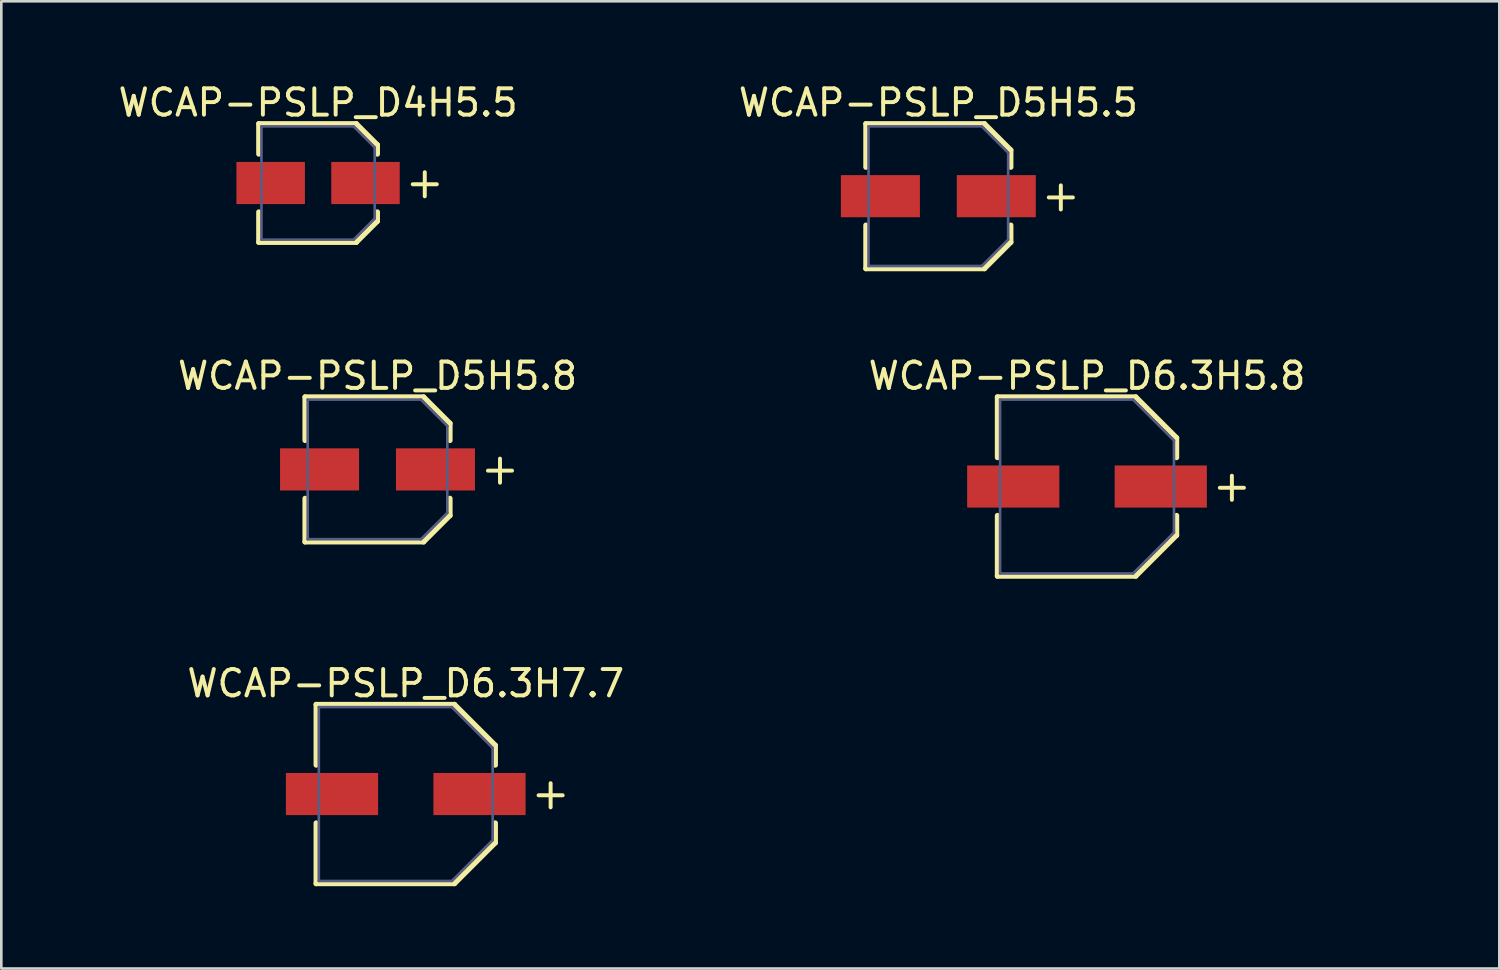
<source format=kicad_pcb>
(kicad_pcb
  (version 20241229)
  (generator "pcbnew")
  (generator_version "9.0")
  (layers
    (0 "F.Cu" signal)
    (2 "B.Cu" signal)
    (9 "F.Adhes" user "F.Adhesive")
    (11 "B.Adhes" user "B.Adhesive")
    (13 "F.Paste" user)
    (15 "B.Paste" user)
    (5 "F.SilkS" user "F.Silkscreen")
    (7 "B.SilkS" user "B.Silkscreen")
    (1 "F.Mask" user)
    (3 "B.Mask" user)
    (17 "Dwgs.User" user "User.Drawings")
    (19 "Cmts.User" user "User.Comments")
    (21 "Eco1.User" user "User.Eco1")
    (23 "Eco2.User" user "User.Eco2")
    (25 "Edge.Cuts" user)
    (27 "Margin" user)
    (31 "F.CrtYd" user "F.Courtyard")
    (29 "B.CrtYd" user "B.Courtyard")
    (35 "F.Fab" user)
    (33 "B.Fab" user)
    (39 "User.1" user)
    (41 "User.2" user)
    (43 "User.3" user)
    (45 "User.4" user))
  (footprint "WCAP-PSLP_D6.3H5.8"
    (layer "F.Cu")
    (at 38.218 15.421)
    (property "Reference" "WCAP-PSLP_D6.3H5.8" (at 0 -4.2 0) (layer "F.SilkS") (effects (font (size 1 1) (thickness 0.15))))
    (fp_line (start -3.4 -3.4) (end 1.85 -3.4) (stroke (width 0.2) (type solid)) (layer "F.SilkS"))
    (fp_line (start -3.4 -1.1) (end -3.4 -3.4) (stroke (width 0.2) (type solid)) (layer "F.SilkS"))
    (fp_line (start -3.4 3.4) (end -3.4 1.1) (stroke (width 0.2) (type solid)) (layer "F.SilkS"))
    (fp_line (start -3.4 3.4) (end 1.85 3.4) (stroke (width 0.2) (type solid)) (layer "F.SilkS"))
    (fp_line (start 1.85 -3.4) (end 3.4 -1.85) (stroke (width 0.2) (type solid)) (layer "F.SilkS"))
    (fp_line (start 1.85 3.4) (end 3.4 1.85) (stroke (width 0.2) (type solid)) (layer "F.SilkS"))
    (fp_line (start 3.4 -1.1) (end 3.4 -1.85) (stroke (width 0.2) (type solid)) (layer "F.SilkS"))
    (fp_line (start 3.4 1.85) (end 3.4 1.1) (stroke (width 0.2) (type solid)) (layer "F.SilkS"))
    (fp_line (start -4.75 -3.6) (end 4.75 -3.6) (stroke (width 0.05) (type solid)) (layer "Eco2.User"))
    (fp_line (start -4.75 3.6) (end -4.75 -3.6) (stroke (width 0.05) (type solid)) (layer "Eco2.User"))
    (fp_line (start -4.75 3.6) (end 4.75 3.6) (stroke (width 0.05) (type solid)) (layer "Eco2.User"))
    (fp_line (start -3.3 -3.3) (end 1.75 -3.3) (stroke (width 0.1) (type solid)) (layer "Eco2.User"))
    (fp_line (start -3.3 3.3) (end -3.3 -3.3) (stroke (width 0.1) (type solid)) (layer "Eco2.User"))
    (fp_line (start -3.3 3.3) (end 1.75 3.3) (stroke (width 0.1) (type solid)) (layer "Eco2.User"))
    (fp_line (start -0.5 0) (end 0.5 0) (stroke (width 0.05) (type solid)) (layer "Eco2.User"))
    (fp_line (start 0 0.5) (end 0 -0.5) (stroke (width 0.05) (type solid)) (layer "Eco2.User"))
    (fp_line (start 1.75 -3.3) (end 3.3 -1.75) (stroke (width 0.1) (type solid)) (layer "Eco2.User"))
    (fp_line (start 1.75 3.3) (end 3.3 1.75) (stroke (width 0.1) (type solid)) (layer "Eco2.User"))
    (fp_line (start 3.3 1.75) (end 3.3 -1.75) (stroke (width 0.1) (type solid)) (layer "Eco2.User"))
    (fp_line (start 4.75 3.6) (end 4.75 -3.6) (stroke (width 0.05) (type solid)) (layer "Eco2.User"))
    (fp_line (start -3.3 -3.3) (end 1.75 -3.3) (stroke (width 0.1) (type solid)) (layer "B.Fab"))
    (fp_line (start -3.3 3.3) (end -3.3 -3.3) (stroke (width 0.1) (type solid)) (layer "B.Fab"))
    (fp_line (start -3.3 3.3) (end 1.75 3.3) (stroke (width 0.1) (type solid)) (layer "B.Fab"))
    (fp_line (start 1.75 -3.3) (end 3.3 -1.75) (stroke (width 0.1) (type solid)) (layer "B.Fab"))
    (fp_line (start 1.75 3.3) (end 3.3 1.75) (stroke (width 0.1) (type solid)) (layer "B.Fab"))
    (fp_line (start 3.3 1.75) (end 3.3 -1.75) (stroke (width 0.1) (type solid)) (layer "B.Fab"))
    (fp_text user "+" (at 5.5 -0.043 0) (unlocked yes) (layer "F.SilkS") (effects (font (size 1.2 1.2) (thickness 0.15))))
    (fp_text user "${REFERENCE}" (at 0.15 -0.197 0) (unlocked yes) (layer "User.3") (effects (font (size 1.5 1.5) (thickness 0.15))))
    (pad "1" smd rect (at 2.8 0) (size 3.5 1.6) (layers "F.Cu" "F.Mask" "F.Paste"))
    (pad "2" smd rect (at -2.8 0) (size 3.5 1.6) (layers "F.Cu" "F.Mask" "F.Paste")))
  (footprint "WCAP-PSLP_D4H5.5"
    (layer "F.Cu")
    (at 9.026 3.898)
    (property "Reference" "WCAP-PSLP_D4H5.5" (at 0 -3.05 0) (layer "F.SilkS") (effects (font (size 1 1) (thickness 0.15))))
    (fp_line (start -2.25 -2.25) (end 1.45 -2.25) (stroke (width 0.2) (type solid)) (layer "F.SilkS"))
    (fp_line (start -2.25 -1.1) (end -2.25 -2.25) (stroke (width 0.2) (type solid)) (layer "F.SilkS"))
    (fp_line (start -2.25 2.25) (end -2.25 1.1) (stroke (width 0.2) (type solid)) (layer "F.SilkS"))
    (fp_line (start -2.25 2.25) (end 1.45 2.25) (stroke (width 0.2) (type solid)) (layer "F.SilkS"))
    (fp_line (start 1.45 -2.25) (end 2.25 -1.45) (stroke (width 0.2) (type solid)) (layer "F.SilkS"))
    (fp_line (start 1.45 2.25) (end 2.25 1.45) (stroke (width 0.2) (type solid)) (layer "F.SilkS"))
    (fp_line (start 2.25 -1.1) (end 2.25 -1.45) (stroke (width 0.2) (type solid)) (layer "F.SilkS"))
    (fp_line (start 2.25 1.45) (end 2.25 1.1) (stroke (width 0.2) (type solid)) (layer "F.SilkS"))
    (fp_line (start -3.3 -2.45) (end 3.3 -2.45) (stroke (width 0.05) (type solid)) (layer "Eco2.User"))
    (fp_line (start -3.3 2.45) (end -3.3 -2.45) (stroke (width 0.05) (type solid)) (layer "Eco2.User"))
    (fp_line (start -3.3 2.45) (end 3.3 2.45) (stroke (width 0.05) (type solid)) (layer "Eco2.User"))
    (fp_line (start -2.15 -2.15) (end 1.35 -2.15) (stroke (width 0.1) (type solid)) (layer "Eco2.User"))
    (fp_line (start -2.15 2.15) (end -2.15 -2.15) (stroke (width 0.1) (type solid)) (layer "Eco2.User"))
    (fp_line (start -2.15 2.15) (end 1.35 2.15) (stroke (width 0.1) (type solid)) (layer "Eco2.User"))
    (fp_line (start -0.5 0) (end 0.5 0) (stroke (width 0.05) (type solid)) (layer "Eco2.User"))
    (fp_line (start 0 0.5) (end 0 -0.5) (stroke (width 0.05) (type solid)) (layer "Eco2.User"))
    (fp_line (start 1.35 -2.15) (end 2.15 -1.35) (stroke (width 0.1) (type solid)) (layer "Eco2.User"))
    (fp_line (start 1.35 2.15) (end 2.15 1.35) (stroke (width 0.1) (type solid)) (layer "Eco2.User"))
    (fp_line (start 2.15 1.35) (end 2.15 -1.35) (stroke (width 0.1) (type solid)) (layer "Eco2.User"))
    (fp_line (start 3.3 2.45) (end 3.3 -2.45) (stroke (width 0.05) (type solid)) (layer "Eco2.User"))
    (fp_line (start -2.15 -2.15) (end 1.35 -2.15) (stroke (width 0.1) (type solid)) (layer "B.Fab"))
    (fp_line (start -2.15 2.15) (end -2.15 -2.15) (stroke (width 0.1) (type solid)) (layer "B.Fab"))
    (fp_line (start -2.15 2.15) (end 1.35 2.15) (stroke (width 0.1) (type solid)) (layer "B.Fab"))
    (fp_line (start 1.35 -2.15) (end 2.15 -1.35) (stroke (width 0.1) (type solid)) (layer "B.Fab"))
    (fp_line (start 1.35 2.15) (end 2.15 1.35) (stroke (width 0.1) (type solid)) (layer "B.Fab"))
    (fp_line (start 2.15 1.35) (end 2.15 -1.35) (stroke (width 0.1) (type solid)) (layer "B.Fab"))
    (fp_text user "+" (at 4.05 -0.043 0) (unlocked yes) (layer "F.SilkS") (effects (font (size 1.2 1.2) (thickness 0.15))))
    (fp_text user "${REFERENCE}" (at 0.12 -0.158 0) (unlocked yes) (layer "User.3") (effects (font (size 1.2 1.2) (thickness 0.12))))
    (pad "1" smd rect (at 1.8 0) (size 2.6 1.6) (layers "F.Cu" "F.Mask" "F.Paste"))
    (pad "2" smd rect (at -1.8 0) (size 2.6 1.6) (layers "F.Cu" "F.Mask" "F.Paste")))
  (footprint "WCAP-PSLP_D5H5.8"
    (layer "F.Cu")
    (at 11.282 14.771)
    (property "Reference" "WCAP-PSLP_D5H5.8" (at 0 -3.55 0) (layer "F.SilkS") (effects (font (size 1 1) (thickness 0.15))))
    (fp_line (start -2.75 -2.75) (end 1.75 -2.75) (stroke (width 0.2) (type solid)) (layer "F.SilkS"))
    (fp_line (start -2.75 -1.1) (end -2.75 -2.75) (stroke (width 0.2) (type solid)) (layer "F.SilkS"))
    (fp_line (start -2.75 2.75) (end -2.75 1.1) (stroke (width 0.2) (type solid)) (layer "F.SilkS"))
    (fp_line (start -2.75 2.75) (end 1.75 2.75) (stroke (width 0.2) (type solid)) (layer "F.SilkS"))
    (fp_line (start 1.75 -2.75) (end 2.75 -1.75) (stroke (width 0.2) (type solid)) (layer "F.SilkS"))
    (fp_line (start 1.75 2.75) (end 2.75 1.75) (stroke (width 0.2) (type solid)) (layer "F.SilkS"))
    (fp_line (start 2.75 -1.1) (end 2.75 -1.75) (stroke (width 0.2) (type solid)) (layer "F.SilkS"))
    (fp_line (start 2.75 1.75) (end 2.75 1.1) (stroke (width 0.2) (type solid)) (layer "F.SilkS"))
    (fp_line (start -3.9 -2.95) (end 3.9 -2.95) (stroke (width 0.05) (type solid)) (layer "Eco2.User"))
    (fp_line (start -3.9 2.95) (end -3.9 -2.95) (stroke (width 0.05) (type solid)) (layer "Eco2.User"))
    (fp_line (start -3.9 2.95) (end 3.9 2.95) (stroke (width 0.05) (type solid)) (layer "Eco2.User"))
    (fp_line (start -2.65 -2.65) (end 1.65 -2.65) (stroke (width 0.1) (type solid)) (layer "Eco2.User"))
    (fp_line (start -2.65 2.65) (end -2.65 -2.65) (stroke (width 0.1) (type solid)) (layer "Eco2.User"))
    (fp_line (start -2.65 2.65) (end 1.65 2.65) (stroke (width 0.1) (type solid)) (layer "Eco2.User"))
    (fp_line (start -0.5 0) (end 0.5 0) (stroke (width 0.05) (type solid)) (layer "Eco2.User"))
    (fp_line (start 0 0.5) (end 0 -0.5) (stroke (width 0.05) (type solid)) (layer "Eco2.User"))
    (fp_line (start 1.65 -2.65) (end 2.65 -1.65) (stroke (width 0.1) (type solid)) (layer "Eco2.User"))
    (fp_line (start 1.65 2.65) (end 2.65 1.65) (stroke (width 0.1) (type solid)) (layer "Eco2.User"))
    (fp_line (start 2.65 1.65) (end 2.65 -1.65) (stroke (width 0.1) (type solid)) (layer "Eco2.User"))
    (fp_line (start 3.9 2.95) (end 3.9 -2.95) (stroke (width 0.05) (type solid)) (layer "Eco2.User"))
    (fp_line (start -2.65 -2.65) (end 1.65 -2.65) (stroke (width 0.1) (type solid)) (layer "B.Fab"))
    (fp_line (start -2.65 2.65) (end -2.65 -2.65) (stroke (width 0.1) (type solid)) (layer "B.Fab"))
    (fp_line (start -2.65 2.65) (end 1.65 2.65) (stroke (width 0.1) (type solid)) (layer "B.Fab"))
    (fp_line (start 1.65 -2.65) (end 2.65 -1.65) (stroke (width 0.1) (type solid)) (layer "B.Fab"))
    (fp_line (start 1.65 2.65) (end 2.65 1.65) (stroke (width 0.1) (type solid)) (layer "B.Fab"))
    (fp_line (start 2.65 1.65) (end 2.65 -1.65) (stroke (width 0.1) (type solid)) (layer "B.Fab"))
    (fp_text user "+" (at 4.65 -0.043 0) (unlocked yes) (layer "F.SilkS") (effects (font (size 1.2 1.2) (thickness 0.15))))
    (fp_text user "${REFERENCE}" (at 0.15 -0.197 0) (unlocked yes) (layer "User.3") (effects (font (size 1.5 1.5) (thickness 0.15))))
    (pad "1" smd rect (at 2.2 0) (size 3 1.6) (layers "F.Cu" "F.Mask" "F.Paste"))
    (pad "2" smd rect (at -2.2 0) (size 3 1.6) (layers "F.Cu" "F.Mask" "F.Paste")))
  (footprint "WCAP-PSLP_D5H5.5"
    (layer "F.Cu")
    (at 32.574 4.398)
    (property "Reference" "WCAP-PSLP_D5H5.5" (at 0 -3.55 0) (layer "F.SilkS") (effects (font (size 1 1) (thickness 0.15))))
    (fp_line (start -2.75 -2.75) (end 1.75 -2.75) (stroke (width 0.2) (type solid)) (layer "F.SilkS"))
    (fp_line (start -2.75 -1.1) (end -2.75 -2.75) (stroke (width 0.2) (type solid)) (layer "F.SilkS"))
    (fp_line (start -2.75 2.75) (end -2.75 1.1) (stroke (width 0.2) (type solid)) (layer "F.SilkS"))
    (fp_line (start -2.75 2.75) (end 1.75 2.75) (stroke (width 0.2) (type solid)) (layer "F.SilkS"))
    (fp_line (start 1.75 -2.75) (end 2.75 -1.75) (stroke (width 0.2) (type solid)) (layer "F.SilkS"))
    (fp_line (start 1.75 2.75) (end 2.75 1.75) (stroke (width 0.2) (type solid)) (layer "F.SilkS"))
    (fp_line (start 2.75 -1.1) (end 2.75 -1.75) (stroke (width 0.2) (type solid)) (layer "F.SilkS"))
    (fp_line (start 2.75 1.75) (end 2.75 1.1) (stroke (width 0.2) (type solid)) (layer "F.SilkS"))
    (fp_line (start -3.9 -2.95) (end 3.9 -2.95) (stroke (width 0.05) (type solid)) (layer "Eco2.User"))
    (fp_line (start -3.9 2.95) (end -3.9 -2.95) (stroke (width 0.05) (type solid)) (layer "Eco2.User"))
    (fp_line (start -3.9 2.95) (end 3.9 2.95) (stroke (width 0.05) (type solid)) (layer "Eco2.User"))
    (fp_line (start -2.65 -2.65) (end 1.65 -2.65) (stroke (width 0.1) (type solid)) (layer "Eco2.User"))
    (fp_line (start -2.65 2.65) (end -2.65 -2.65) (stroke (width 0.1) (type solid)) (layer "Eco2.User"))
    (fp_line (start -2.65 2.65) (end 1.65 2.65) (stroke (width 0.1) (type solid)) (layer "Eco2.User"))
    (fp_line (start -0.5 0) (end 0.5 0) (stroke (width 0.05) (type solid)) (layer "Eco2.User"))
    (fp_line (start 0 0.5) (end 0 -0.5) (stroke (width 0.05) (type solid)) (layer "Eco2.User"))
    (fp_line (start 1.65 -2.65) (end 2.65 -1.65) (stroke (width 0.1) (type solid)) (layer "Eco2.User"))
    (fp_line (start 1.65 2.65) (end 2.65 1.65) (stroke (width 0.1) (type solid)) (layer "Eco2.User"))
    (fp_line (start 2.65 1.65) (end 2.65 -1.65) (stroke (width 0.1) (type solid)) (layer "Eco2.User"))
    (fp_line (start 3.9 2.95) (end 3.9 -2.95) (stroke (width 0.05) (type solid)) (layer "Eco2.User"))
    (fp_line (start -2.65 -2.65) (end 1.65 -2.65) (stroke (width 0.1) (type solid)) (layer "B.Fab"))
    (fp_line (start -2.65 2.65) (end -2.65 -2.65) (stroke (width 0.1) (type solid)) (layer "B.Fab"))
    (fp_line (start -2.65 2.65) (end 1.65 2.65) (stroke (width 0.1) (type solid)) (layer "B.Fab"))
    (fp_line (start 1.65 -2.65) (end 2.65 -1.65) (stroke (width 0.1) (type solid)) (layer "B.Fab"))
    (fp_line (start 1.65 2.65) (end 2.65 1.65) (stroke (width 0.1) (type solid)) (layer "B.Fab"))
    (fp_line (start 2.65 1.65) (end 2.65 -1.65) (stroke (width 0.1) (type solid)) (layer "B.Fab"))
    (fp_text user "+" (at 4.65 -0.043 0) (unlocked yes) (layer "F.SilkS") (effects (font (size 1.2 1.2) (thickness 0.15))))
    (fp_text user "${REFERENCE}" (at 0.15 -0.197 0) (unlocked yes) (layer "User.3") (effects (font (size 1.5 1.5) (thickness 0.15))))
    (pad "1" smd rect (at 2.2 0) (size 3 1.6) (layers "F.Cu" "F.Mask" "F.Paste"))
    (pad "2" smd rect (at -2.2 0) (size 3 1.6) (layers "F.Cu" "F.Mask" "F.Paste")))
  (footprint "WCAP-PSLP_D6.3H7.7"
    (layer "F.Cu")
    (at 12.354 27.095)
    (property "Reference" "WCAP-PSLP_D6.3H7.7" (at 0 -4.2 0) (layer "F.SilkS") (effects (font (size 1 1) (thickness 0.15))))
    (fp_line (start -3.4 -3.4) (end 1.85 -3.4) (stroke (width 0.2) (type solid)) (layer "F.SilkS"))
    (fp_line (start -3.4 -1.1) (end -3.4 -3.4) (stroke (width 0.2) (type solid)) (layer "F.SilkS"))
    (fp_line (start -3.4 3.4) (end -3.4 1.1) (stroke (width 0.2) (type solid)) (layer "F.SilkS"))
    (fp_line (start -3.4 3.4) (end 1.85 3.4) (stroke (width 0.2) (type solid)) (layer "F.SilkS"))
    (fp_line (start 1.85 -3.4) (end 3.4 -1.85) (stroke (width 0.2) (type solid)) (layer "F.SilkS"))
    (fp_line (start 1.85 3.4) (end 3.4 1.85) (stroke (width 0.2) (type solid)) (layer "F.SilkS"))
    (fp_line (start 3.4 -1.1) (end 3.4 -1.85) (stroke (width 0.2) (type solid)) (layer "F.SilkS"))
    (fp_line (start 3.4 1.85) (end 3.4 1.1) (stroke (width 0.2) (type solid)) (layer "F.SilkS"))
    (fp_line (start -4.75 -3.6) (end 4.75 -3.6) (stroke (width 0.05) (type solid)) (layer "Eco2.User"))
    (fp_line (start -4.75 3.6) (end -4.75 -3.6) (stroke (width 0.05) (type solid)) (layer "Eco2.User"))
    (fp_line (start -4.75 3.6) (end 4.75 3.6) (stroke (width 0.05) (type solid)) (layer "Eco2.User"))
    (fp_line (start -3.3 -3.3) (end 1.75 -3.3) (stroke (width 0.1) (type solid)) (layer "Eco2.User"))
    (fp_line (start -3.3 3.3) (end -3.3 -3.3) (stroke (width 0.1) (type solid)) (layer "Eco2.User"))
    (fp_line (start -3.3 3.3) (end 1.75 3.3) (stroke (width 0.1) (type solid)) (layer "Eco2.User"))
    (fp_line (start -0.5 0) (end 0.5 0) (stroke (width 0.05) (type solid)) (layer "Eco2.User"))
    (fp_line (start 0 0.5) (end 0 -0.5) (stroke (width 0.05) (type solid)) (layer "Eco2.User"))
    (fp_line (start 1.75 -3.3) (end 3.3 -1.75) (stroke (width 0.1) (type solid)) (layer "Eco2.User"))
    (fp_line (start 1.75 3.3) (end 3.3 1.75) (stroke (width 0.1) (type solid)) (layer "Eco2.User"))
    (fp_line (start 3.3 1.75) (end 3.3 -1.75) (stroke (width 0.1) (type solid)) (layer "Eco2.User"))
    (fp_line (start 4.75 3.6) (end 4.75 -3.6) (stroke (width 0.05) (type solid)) (layer "Eco2.User"))
    (fp_line (start -3.3 -3.3) (end 1.75 -3.3) (stroke (width 0.1) (type solid)) (layer "B.Fab"))
    (fp_line (start -3.3 3.3) (end -3.3 -3.3) (stroke (width 0.1) (type solid)) (layer "B.Fab"))
    (fp_line (start -3.3 3.3) (end 1.75 3.3) (stroke (width 0.1) (type solid)) (layer "B.Fab"))
    (fp_line (start 1.75 -3.3) (end 3.3 -1.75) (stroke (width 0.1) (type solid)) (layer "B.Fab"))
    (fp_line (start 1.75 3.3) (end 3.3 1.75) (stroke (width 0.1) (type solid)) (layer "B.Fab"))
    (fp_line (start 3.3 1.75) (end 3.3 -1.75) (stroke (width 0.1) (type solid)) (layer "B.Fab"))
    (fp_text user "+" (at 5.5 -0.043 0) (unlocked yes) (layer "F.SilkS") (effects (font (size 1.2 1.2) (thickness 0.15))))
    (fp_text user "${REFERENCE}" (at 0.15 -0.197 0) (unlocked yes) (layer "User.3") (effects (font (size 1.5 1.5) (thickness 0.15))))
    (pad "1" smd rect (at 2.8 0) (size 3.5 1.6) (layers "F.Cu" "F.Mask" "F.Paste"))
    (pad "2" smd rect (at -2.8 0) (size 3.5 1.6) (layers "F.Cu" "F.Mask" "F.Paste")))
  (gr_rect
    (start -3 -3)
    (end 53.871 33.72)
    (stroke (width 0.1) (type default))
    (fill no)
    (layer "Edge.Cuts")))
</source>
